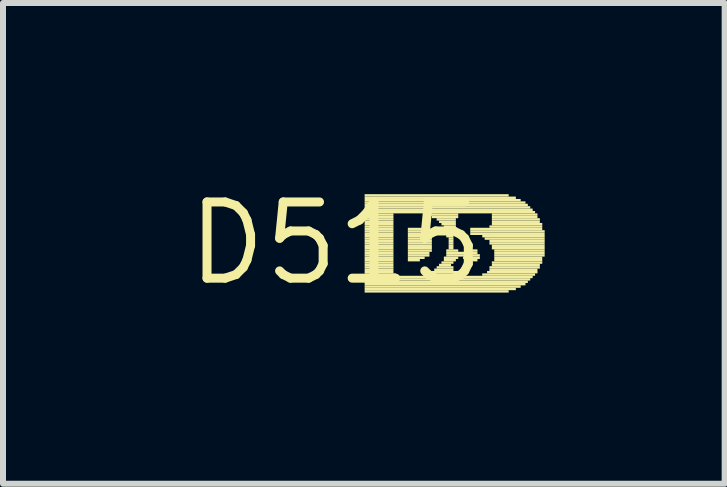
<source format=kicad_pcb>
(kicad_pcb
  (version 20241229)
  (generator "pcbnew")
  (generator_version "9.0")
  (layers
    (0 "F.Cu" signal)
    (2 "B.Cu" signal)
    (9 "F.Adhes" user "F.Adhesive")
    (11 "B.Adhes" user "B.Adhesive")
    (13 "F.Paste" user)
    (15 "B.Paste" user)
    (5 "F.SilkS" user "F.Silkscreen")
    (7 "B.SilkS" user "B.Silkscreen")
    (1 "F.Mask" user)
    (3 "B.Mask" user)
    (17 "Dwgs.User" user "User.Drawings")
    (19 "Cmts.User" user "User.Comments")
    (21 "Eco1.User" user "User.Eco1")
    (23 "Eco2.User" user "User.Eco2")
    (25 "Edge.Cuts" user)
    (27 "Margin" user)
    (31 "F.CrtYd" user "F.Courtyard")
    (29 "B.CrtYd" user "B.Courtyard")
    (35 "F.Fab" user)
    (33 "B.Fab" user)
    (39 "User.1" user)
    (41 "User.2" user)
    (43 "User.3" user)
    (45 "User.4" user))
  (footprint "D515"
    (layer "F.Cu")
    (at 2.547 1.006)
    (property "Reference" "D515" (at 0 0 0) (layer "F.SilkS") (effects (font (size 1.27 1.27) (thickness 0.15))))
    (fp_poly (pts (xy 0.48 -0.78) (xy 2.88 -0.78) (xy 2.88 -0.82) (xy 0.48 -0.82)) (stroke (width 0) (type default)) (fill yes) (layer "F.SilkS"))
    (fp_poly (pts (xy 0.48 -0.74) (xy 3 -0.74) (xy 3 -0.78) (xy 0.48 -0.78)) (stroke (width 0) (type default)) (fill yes) (layer "F.SilkS"))
    (fp_poly (pts (xy 0.48 -0.7) (xy 3.08 -0.7) (xy 3.08 -0.74) (xy 0.48 -0.74)) (stroke (width 0) (type default)) (fill yes) (layer "F.SilkS"))
    (fp_poly (pts (xy 0.48 -0.66) (xy 3.16 -0.66) (xy 3.16 -0.7) (xy 0.48 -0.7)) (stroke (width 0) (type default)) (fill yes) (layer "F.SilkS"))
    (fp_poly (pts (xy 0.48 -0.62) (xy 3.2 -0.62) (xy 3.2 -0.66) (xy 0.48 -0.66)) (stroke (width 0) (type default)) (fill yes) (layer "F.SilkS"))
    (fp_poly (pts (xy 0.48 -0.58) (xy 3.24 -0.58) (xy 3.24 -0.62) (xy 0.48 -0.62)) (stroke (width 0) (type default)) (fill yes) (layer "F.SilkS"))
    (fp_poly (pts (xy 0.48 -0.54) (xy 3.28 -0.54) (xy 3.28 -0.58) (xy 0.48 -0.58)) (stroke (width 0) (type default)) (fill yes) (layer "F.SilkS"))
    (fp_poly (pts (xy 0.48 -0.5) (xy 3.32 -0.5) (xy 3.32 -0.54) (xy 0.48 -0.54)) (stroke (width 0) (type default)) (fill yes) (layer "F.SilkS"))
    (fp_poly (pts (xy 0.48 -0.46) (xy 0.96 -0.46) (xy 0.96 -0.5) (xy 0.48 -0.5)) (stroke (width 0) (type default)) (fill yes) (layer "F.SilkS"))
    (fp_poly (pts (xy 0.48 -0.42) (xy 0.96 -0.42) (xy 0.96 -0.46) (xy 0.48 -0.46)) (stroke (width 0) (type default)) (fill yes) (layer "F.SilkS"))
    (fp_poly (pts (xy 0.48 -0.38) (xy 0.96 -0.38) (xy 0.96 -0.42) (xy 0.48 -0.42)) (stroke (width 0) (type default)) (fill yes) (layer "F.SilkS"))
    (fp_poly (pts (xy 0.48 -0.34) (xy 0.96 -0.34) (xy 0.96 -0.38) (xy 0.48 -0.38)) (stroke (width 0) (type default)) (fill yes) (layer "F.SilkS"))
    (fp_poly (pts (xy 0.48 -0.3) (xy 0.96 -0.3) (xy 0.96 -0.34) (xy 0.48 -0.34)) (stroke (width 0) (type default)) (fill yes) (layer "F.SilkS"))
    (fp_poly (pts (xy 0.48 -0.26) (xy 0.96 -0.26) (xy 0.96 -0.3) (xy 0.48 -0.3)) (stroke (width 0) (type default)) (fill yes) (layer "F.SilkS"))
    (fp_poly (pts (xy 0.48 -0.22) (xy 0.96 -0.22) (xy 0.96 -0.26) (xy 0.48 -0.26)) (stroke (width 0) (type default)) (fill yes) (layer "F.SilkS"))
    (fp_poly (pts (xy 0.48 -0.18) (xy 0.96 -0.18) (xy 0.96 -0.22) (xy 0.48 -0.22)) (stroke (width 0) (type default)) (fill yes) (layer "F.SilkS"))
    (fp_poly (pts (xy 0.48 -0.14) (xy 0.96 -0.14) (xy 0.96 -0.18) (xy 0.48 -0.18)) (stroke (width 0) (type default)) (fill yes) (layer "F.SilkS"))
    (fp_poly (pts (xy 0.48 -0.1) (xy 0.96 -0.1) (xy 0.96 -0.14) (xy 0.48 -0.14)) (stroke (width 0) (type default)) (fill yes) (layer "F.SilkS"))
    (fp_poly (pts (xy 0.48 -0.06) (xy 0.96 -0.06) (xy 0.96 -0.1) (xy 0.48 -0.1)) (stroke (width 0) (type default)) (fill yes) (layer "F.SilkS"))
    (fp_poly (pts (xy 0.48 -0.02) (xy 0.96 -0.02) (xy 0.96 -0.06) (xy 0.48 -0.06)) (stroke (width 0) (type default)) (fill yes) (layer "F.SilkS"))
    (fp_poly (pts (xy 0.48 0.02) (xy 0.96 0.02) (xy 0.96 -0.02) (xy 0.48 -0.02)) (stroke (width 0) (type default)) (fill yes) (layer "F.SilkS"))
    (fp_poly (pts (xy 0.48 0.06) (xy 0.96 0.06) (xy 0.96 0.02) (xy 0.48 0.02)) (stroke (width 0) (type default)) (fill yes) (layer "F.SilkS"))
    (fp_poly (pts (xy 0.48 0.1) (xy 0.96 0.1) (xy 0.96 0.06) (xy 0.48 0.06)) (stroke (width 0) (type default)) (fill yes) (layer "F.SilkS"))
    (fp_poly (pts (xy 0.48 0.14) (xy 0.96 0.14) (xy 0.96 0.1) (xy 0.48 0.1)) (stroke (width 0) (type default)) (fill yes) (layer "F.SilkS"))
    (fp_poly (pts (xy 0.48 0.18) (xy 0.96 0.18) (xy 0.96 0.14) (xy 0.48 0.14)) (stroke (width 0) (type default)) (fill yes) (layer "F.SilkS"))
    (fp_poly (pts (xy 0.48 0.22) (xy 0.96 0.22) (xy 0.96 0.18) (xy 0.48 0.18)) (stroke (width 0) (type default)) (fill yes) (layer "F.SilkS"))
    (fp_poly (pts (xy 0.48 0.26) (xy 0.96 0.26) (xy 0.96 0.22) (xy 0.48 0.22)) (stroke (width 0) (type default)) (fill yes) (layer "F.SilkS"))
    (fp_poly (pts (xy 0.48 0.3) (xy 0.96 0.3) (xy 0.96 0.26) (xy 0.48 0.26)) (stroke (width 0) (type default)) (fill yes) (layer "F.SilkS"))
    (fp_poly (pts (xy 0.48 0.34) (xy 0.96 0.34) (xy 0.96 0.3) (xy 0.48 0.3)) (stroke (width 0) (type default)) (fill yes) (layer "F.SilkS"))
    (fp_poly (pts (xy 0.48 0.38) (xy 0.96 0.38) (xy 0.96 0.34) (xy 0.48 0.34)) (stroke (width 0) (type default)) (fill yes) (layer "F.SilkS"))
    (fp_poly (pts (xy 0.48 0.42) (xy 0.96 0.42) (xy 0.96 0.38) (xy 0.48 0.38)) (stroke (width 0) (type default)) (fill yes) (layer "F.SilkS"))
    (fp_poly (pts (xy 0.48 0.46) (xy 0.96 0.46) (xy 0.96 0.42) (xy 0.48 0.42)) (stroke (width 0) (type default)) (fill yes) (layer "F.SilkS"))
    (fp_poly (pts (xy 0.48 0.5) (xy 0.96 0.5) (xy 0.96 0.46) (xy 0.48 0.46)) (stroke (width 0) (type default)) (fill yes) (layer "F.SilkS"))
    (fp_poly (pts (xy 0.48 0.54) (xy 1 0.54) (xy 1 0.5) (xy 0.48 0.5)) (stroke (width 0) (type default)) (fill yes) (layer "F.SilkS"))
    (fp_poly (pts (xy 0.48 0.58) (xy 3.28 0.58) (xy 3.28 0.54) (xy 0.48 0.54)) (stroke (width 0) (type default)) (fill yes) (layer "F.SilkS"))
    (fp_poly (pts (xy 0.48 0.62) (xy 3.24 0.62) (xy 3.24 0.58) (xy 0.48 0.58)) (stroke (width 0) (type default)) (fill yes) (layer "F.SilkS"))
    (fp_poly (pts (xy 0.48 0.66) (xy 3.2 0.66) (xy 3.2 0.62) (xy 0.48 0.62)) (stroke (width 0) (type default)) (fill yes) (layer "F.SilkS"))
    (fp_poly (pts (xy 0.48 0.7) (xy 3.16 0.7) (xy 3.16 0.66) (xy 0.48 0.66)) (stroke (width 0) (type default)) (fill yes) (layer "F.SilkS"))
    (fp_poly (pts (xy 0.48 0.74) (xy 3.08 0.74) (xy 3.08 0.7) (xy 0.48 0.7)) (stroke (width 0) (type default)) (fill yes) (layer "F.SilkS"))
    (fp_poly (pts (xy 0.48 0.78) (xy 3 0.78) (xy 3 0.74) (xy 0.48 0.74)) (stroke (width 0) (type default)) (fill yes) (layer "F.SilkS"))
    (fp_poly (pts (xy 0.48 0.82) (xy 2.88 0.82) (xy 2.88 0.78) (xy 0.48 0.78)) (stroke (width 0) (type default)) (fill yes) (layer "F.SilkS"))
    (fp_poly (pts (xy 1.2 -0.22) (xy 1.44 -0.22) (xy 1.44 -0.26) (xy 1.2 -0.26)) (stroke (width 0) (type default)) (fill yes) (layer "F.SilkS"))
    (fp_poly (pts (xy 1.2 -0.18) (xy 1.52 -0.18) (xy 1.52 -0.22) (xy 1.2 -0.22)) (stroke (width 0) (type default)) (fill yes) (layer "F.SilkS"))
    (fp_poly (pts (xy 1.2 -0.14) (xy 1.56 -0.14) (xy 1.56 -0.18) (xy 1.2 -0.18)) (stroke (width 0) (type default)) (fill yes) (layer "F.SilkS"))
    (fp_poly (pts (xy 1.2 -0.1) (xy 1.6 -0.1) (xy 1.6 -0.14) (xy 1.2 -0.14)) (stroke (width 0) (type default)) (fill yes) (layer "F.SilkS"))
    (fp_poly (pts (xy 1.2 -0.06) (xy 1.6 -0.06) (xy 1.6 -0.1) (xy 1.2 -0.1)) (stroke (width 0) (type default)) (fill yes) (layer "F.SilkS"))
    (fp_poly (pts (xy 1.2 -0.02) (xy 1.6 -0.02) (xy 1.6 -0.06) (xy 1.2 -0.06)) (stroke (width 0) (type default)) (fill yes) (layer "F.SilkS"))
    (fp_poly (pts (xy 1.2 0.02) (xy 1.6 0.02) (xy 1.6 -0.02) (xy 1.2 -0.02)) (stroke (width 0) (type default)) (fill yes) (layer "F.SilkS"))
    (fp_poly (pts (xy 1.2 0.06) (xy 1.6 0.06) (xy 1.6 0.02) (xy 1.2 0.02)) (stroke (width 0) (type default)) (fill yes) (layer "F.SilkS"))
    (fp_poly (pts (xy 1.2 0.1) (xy 1.6 0.1) (xy 1.6 0.06) (xy 1.2 0.06)) (stroke (width 0) (type default)) (fill yes) (layer "F.SilkS"))
    (fp_poly (pts (xy 1.2 0.14) (xy 1.6 0.14) (xy 1.6 0.1) (xy 1.2 0.1)) (stroke (width 0) (type default)) (fill yes) (layer "F.SilkS"))
    (fp_poly (pts (xy 1.2 0.18) (xy 1.56 0.18) (xy 1.56 0.14) (xy 1.2 0.14)) (stroke (width 0) (type default)) (fill yes) (layer "F.SilkS"))
    (fp_poly (pts (xy 1.2 0.22) (xy 1.56 0.22) (xy 1.56 0.18) (xy 1.2 0.18)) (stroke (width 0) (type default)) (fill yes) (layer "F.SilkS"))
    (fp_poly (pts (xy 1.2 0.26) (xy 1.48 0.26) (xy 1.48 0.22) (xy 1.2 0.22)) (stroke (width 0) (type default)) (fill yes) (layer "F.SilkS"))
    (fp_poly (pts (xy 1.2 0.3) (xy 1.4 0.3) (xy 1.4 0.26) (xy 1.2 0.26)) (stroke (width 0) (type default)) (fill yes) (layer "F.SilkS"))
    (fp_poly (pts (xy 1.48 0.54) (xy 2.08 0.54) (xy 2.08 0.5) (xy 1.48 0.5)) (stroke (width 0) (type default)) (fill yes) (layer "F.SilkS"))
    (fp_poly (pts (xy 1.52 -0.46) (xy 2.04 -0.46) (xy 2.04 -0.5) (xy 1.52 -0.5)) (stroke (width 0) (type default)) (fill yes) (layer "F.SilkS"))
    (fp_poly (pts (xy 1.6 -0.42) (xy 2.04 -0.42) (xy 2.04 -0.46) (xy 1.6 -0.46)) (stroke (width 0) (type default)) (fill yes) (layer "F.SilkS"))
    (fp_poly (pts (xy 1.6 0.5) (xy 2.04 0.5) (xy 2.04 0.46) (xy 1.6 0.46)) (stroke (width 0) (type default)) (fill yes) (layer "F.SilkS"))
    (fp_poly (pts (xy 1.64 0.46) (xy 1.96 0.46) (xy 1.96 0.42) (xy 1.64 0.42)) (stroke (width 0) (type default)) (fill yes) (layer "F.SilkS"))
    (fp_poly (pts (xy 1.68 -0.38) (xy 2 -0.38) (xy 2 -0.42) (xy 1.68 -0.42)) (stroke (width 0) (type default)) (fill yes) (layer "F.SilkS"))
    (fp_poly (pts (xy 1.68 0.42) (xy 1.96 0.42) (xy 1.96 0.38) (xy 1.68 0.38)) (stroke (width 0) (type default)) (fill yes) (layer "F.SilkS"))
    (fp_poly (pts (xy 1.72 -0.34) (xy 2 -0.34) (xy 2 -0.38) (xy 1.72 -0.38)) (stroke (width 0) (type default)) (fill yes) (layer "F.SilkS"))
    (fp_poly (pts (xy 1.72 0.38) (xy 1.92 0.38) (xy 1.92 0.34) (xy 1.72 0.34)) (stroke (width 0) (type default)) (fill yes) (layer "F.SilkS"))
    (fp_poly (pts (xy 1.76 -0.3) (xy 2 -0.3) (xy 2 -0.34) (xy 1.76 -0.34)) (stroke (width 0) (type default)) (fill yes) (layer "F.SilkS"))
    (fp_poly (pts (xy 1.76 0.34) (xy 1.96 0.34) (xy 1.96 0.3) (xy 1.76 0.3)) (stroke (width 0) (type default)) (fill yes) (layer "F.SilkS"))
    (fp_poly (pts (xy 1.8 -0.26) (xy 2 -0.26) (xy 2 -0.3) (xy 1.8 -0.3)) (stroke (width 0) (type default)) (fill yes) (layer "F.SilkS"))
    (fp_poly (pts (xy 1.8 -0.22) (xy 2 -0.22) (xy 2 -0.26) (xy 1.8 -0.26)) (stroke (width 0) (type default)) (fill yes) (layer "F.SilkS"))
    (fp_poly (pts (xy 1.8 0.26) (xy 2.04 0.26) (xy 2.04 0.22) (xy 1.8 0.22)) (stroke (width 0) (type default)) (fill yes) (layer "F.SilkS"))
    (fp_poly (pts (xy 1.8 0.3) (xy 2 0.3) (xy 2 0.26) (xy 1.8 0.26)) (stroke (width 0) (type default)) (fill yes) (layer "F.SilkS"))
    (fp_poly (pts (xy 1.84 -0.18) (xy 2 -0.18) (xy 2 -0.22) (xy 1.84 -0.22)) (stroke (width 0) (type default)) (fill yes) (layer "F.SilkS"))
    (fp_poly (pts (xy 1.84 -0.14) (xy 2 -0.14) (xy 2 -0.18) (xy 1.84 -0.18)) (stroke (width 0) (type default)) (fill yes) (layer "F.SilkS"))
    (fp_poly (pts (xy 1.84 -0.1) (xy 1.96 -0.1) (xy 1.96 -0.14) (xy 1.84 -0.14)) (stroke (width 0) (type default)) (fill yes) (layer "F.SilkS"))
    (fp_poly (pts (xy 1.84 0.14) (xy 2.04 0.14) (xy 2.04 0.1) (xy 1.84 0.1)) (stroke (width 0) (type default)) (fill yes) (layer "F.SilkS"))
    (fp_poly (pts (xy 1.84 0.18) (xy 2.36 0.18) (xy 2.36 0.14) (xy 1.84 0.14)) (stroke (width 0) (type default)) (fill yes) (layer "F.SilkS"))
    (fp_poly (pts (xy 1.84 0.22) (xy 2.4 0.22) (xy 2.4 0.18) (xy 1.84 0.18)) (stroke (width 0) (type default)) (fill yes) (layer "F.SilkS"))
    (fp_poly (pts (xy 1.88 -0.06) (xy 1.96 -0.06) (xy 1.96 -0.1) (xy 1.88 -0.1)) (stroke (width 0) (type default)) (fill yes) (layer "F.SilkS"))
    (fp_poly (pts (xy 1.88 -0.02) (xy 1.96 -0.02) (xy 1.96 -0.06) (xy 1.88 -0.06)) (stroke (width 0) (type default)) (fill yes) (layer "F.SilkS"))
    (fp_poly (pts (xy 1.88 0.02) (xy 1.96 0.02) (xy 1.96 -0.02) (xy 1.88 -0.02)) (stroke (width 0) (type default)) (fill yes) (layer "F.SilkS"))
    (fp_poly (pts (xy 1.88 0.06) (xy 1.96 0.06) (xy 1.96 0.02) (xy 1.88 0.02)) (stroke (width 0) (type default)) (fill yes) (layer "F.SilkS"))
    (fp_poly (pts (xy 1.88 0.1) (xy 1.96 0.1) (xy 1.96 0.06) (xy 1.88 0.06)) (stroke (width 0) (type default)) (fill yes) (layer "F.SilkS"))
    (fp_poly (pts (xy 2.12 0.26) (xy 2.4 0.26) (xy 2.4 0.22) (xy 2.12 0.22)) (stroke (width 0) (type default)) (fill yes) (layer "F.SilkS"))
    (fp_poly (pts (xy 2.16 0.3) (xy 2.36 0.3) (xy 2.36 0.26) (xy 2.16 0.26)) (stroke (width 0) (type default)) (fill yes) (layer "F.SilkS"))
    (fp_poly (pts (xy 2.2 0.14) (xy 2.36 0.14) (xy 2.36 0.1) (xy 2.2 0.1)) (stroke (width 0) (type default)) (fill yes) (layer "F.SilkS"))
    (fp_poly (pts (xy 2.24 -0.22) (xy 3.44 -0.22) (xy 3.44 -0.26) (xy 2.24 -0.26)) (stroke (width 0) (type default)) (fill yes) (layer "F.SilkS"))
    (fp_poly (pts (xy 2.24 -0.18) (xy 3.48 -0.18) (xy 3.48 -0.22) (xy 2.24 -0.22)) (stroke (width 0) (type default)) (fill yes) (layer "F.SilkS"))
    (fp_poly (pts (xy 2.24 -0.14) (xy 3.48 -0.14) (xy 3.48 -0.18) (xy 2.24 -0.18)) (stroke (width 0) (type default)) (fill yes) (layer "F.SilkS"))
    (fp_poly (pts (xy 2.44 -0.1) (xy 3.48 -0.1) (xy 3.48 -0.14) (xy 2.44 -0.14)) (stroke (width 0) (type default)) (fill yes) (layer "F.SilkS"))
    (fp_poly (pts (xy 2.44 0.54) (xy 3.32 0.54) (xy 3.32 0.5) (xy 2.44 0.5)) (stroke (width 0) (type default)) (fill yes) (layer "F.SilkS"))
    (fp_poly (pts (xy 2.48 -0.06) (xy 3.48 -0.06) (xy 3.48 -0.1) (xy 2.48 -0.1)) (stroke (width 0) (type default)) (fill yes) (layer "F.SilkS"))
    (fp_poly (pts (xy 2.52 0.5) (xy 3.36 0.5) (xy 3.36 0.46) (xy 2.52 0.46)) (stroke (width 0) (type default)) (fill yes) (layer "F.SilkS"))
    (fp_poly (pts (xy 2.56 -0.26) (xy 3.44 -0.26) (xy 3.44 -0.3) (xy 2.56 -0.3)) (stroke (width 0) (type default)) (fill yes) (layer "F.SilkS"))
    (fp_poly (pts (xy 2.56 -0.02) (xy 3.48 -0.02) (xy 3.48 -0.06) (xy 2.56 -0.06)) (stroke (width 0) (type default)) (fill yes) (layer "F.SilkS"))
    (fp_poly (pts (xy 2.56 0.02) (xy 3.48 0.02) (xy 3.48 -0.02) (xy 2.56 -0.02)) (stroke (width 0) (type default)) (fill yes) (layer "F.SilkS"))
    (fp_poly (pts (xy 2.56 0.42) (xy 3.4 0.42) (xy 3.4 0.38) (xy 2.56 0.38)) (stroke (width 0) (type default)) (fill yes) (layer "F.SilkS"))
    (fp_poly (pts (xy 2.56 0.46) (xy 3.36 0.46) (xy 3.36 0.42) (xy 2.56 0.42)) (stroke (width 0) (type default)) (fill yes) (layer "F.SilkS"))
    (fp_poly (pts (xy 2.6 -0.46) (xy 3.36 -0.46) (xy 3.36 -0.5) (xy 2.6 -0.5)) (stroke (width 0) (type default)) (fill yes) (layer "F.SilkS"))
    (fp_poly (pts (xy 2.6 -0.42) (xy 3.36 -0.42) (xy 3.36 -0.46) (xy 2.6 -0.46)) (stroke (width 0) (type default)) (fill yes) (layer "F.SilkS"))
    (fp_poly (pts (xy 2.6 -0.38) (xy 3.4 -0.38) (xy 3.4 -0.42) (xy 2.6 -0.42)) (stroke (width 0) (type default)) (fill yes) (layer "F.SilkS"))
    (fp_poly (pts (xy 2.6 -0.34) (xy 3.4 -0.34) (xy 3.4 -0.38) (xy 2.6 -0.38)) (stroke (width 0) (type default)) (fill yes) (layer "F.SilkS"))
    (fp_poly (pts (xy 2.6 -0.3) (xy 3.44 -0.3) (xy 3.44 -0.34) (xy 2.6 -0.34)) (stroke (width 0) (type default)) (fill yes) (layer "F.SilkS"))
    (fp_poly (pts (xy 2.6 0.06) (xy 3.48 0.06) (xy 3.48 0.02) (xy 2.6 0.02)) (stroke (width 0) (type default)) (fill yes) (layer "F.SilkS"))
    (fp_poly (pts (xy 2.6 0.1) (xy 3.48 0.1) (xy 3.48 0.06) (xy 2.6 0.06)) (stroke (width 0) (type default)) (fill yes) (layer "F.SilkS"))
    (fp_poly (pts (xy 2.6 0.34) (xy 3.44 0.34) (xy 3.44 0.3) (xy 2.6 0.3)) (stroke (width 0) (type default)) (fill yes) (layer "F.SilkS"))
    (fp_poly (pts (xy 2.6 0.38) (xy 3.4 0.38) (xy 3.4 0.34) (xy 2.6 0.34)) (stroke (width 0) (type default)) (fill yes) (layer "F.SilkS"))
    (fp_poly (pts (xy 2.64 0.14) (xy 3.48 0.14) (xy 3.48 0.1) (xy 2.64 0.1)) (stroke (width 0) (type default)) (fill yes) (layer "F.SilkS"))
    (fp_poly (pts (xy 2.64 0.18) (xy 3.48 0.18) (xy 3.48 0.14) (xy 2.64 0.14)) (stroke (width 0) (type default)) (fill yes) (layer "F.SilkS"))
    (fp_poly (pts (xy 2.64 0.22) (xy 3.48 0.22) (xy 3.48 0.18) (xy 2.64 0.18)) (stroke (width 0) (type default)) (fill yes) (layer "F.SilkS"))
    (fp_poly (pts (xy 2.64 0.26) (xy 3.44 0.26) (xy 3.44 0.22) (xy 2.64 0.22)) (stroke (width 0) (type default)) (fill yes) (layer "F.SilkS"))
    (fp_poly (pts (xy 2.64 0.3) (xy 3.44 0.3) (xy 3.44 0.26) (xy 2.64 0.26)) (stroke (width 0) (type default)) (fill yes) (layer "F.SilkS")))
  (gr_rect
    (start -3 -3)
    (end 9.027 5.012)
    (stroke (width 0.1) (type default))
    (fill no)
    (layer "Edge.Cuts")))
</source>
